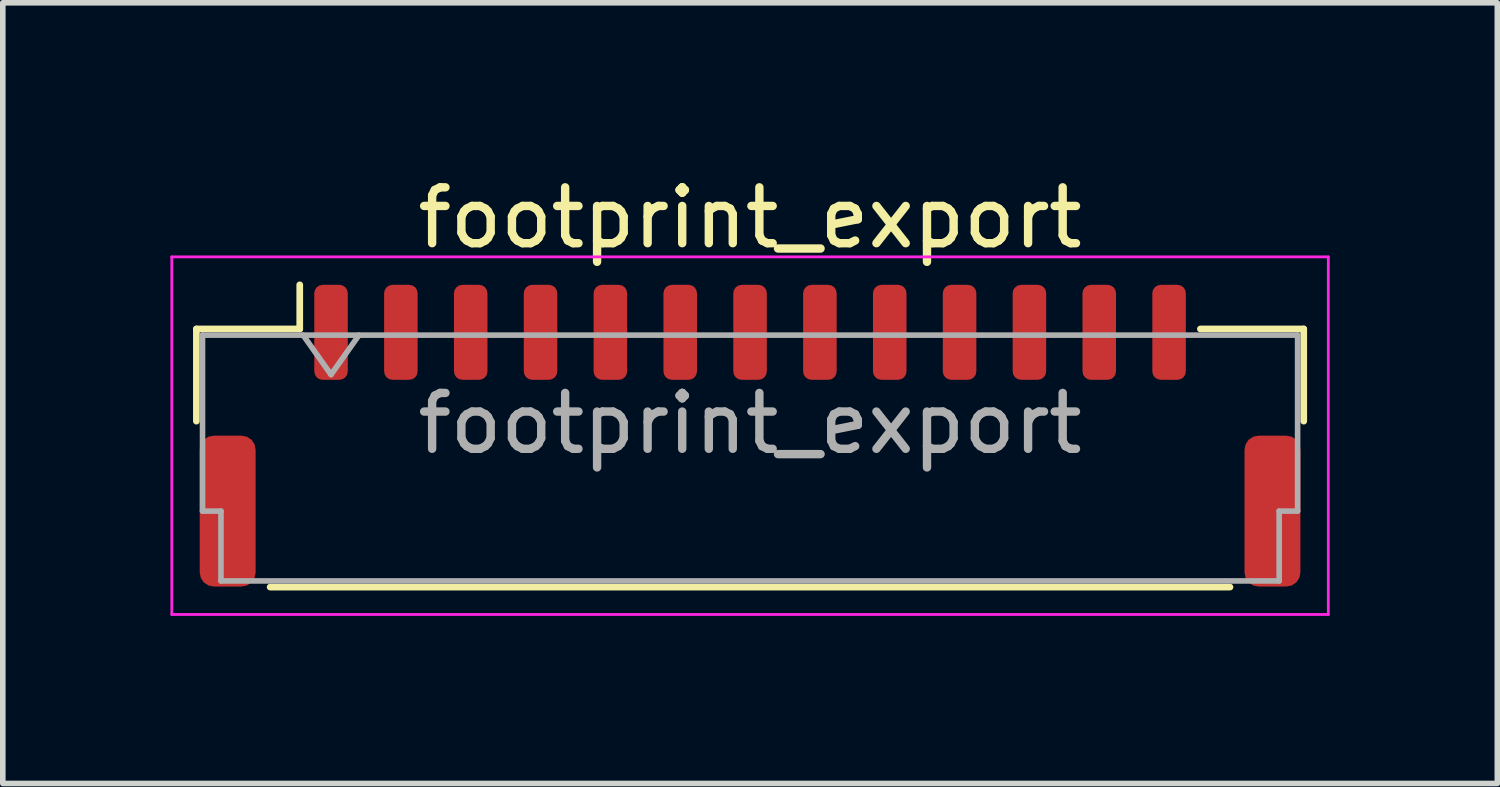
<source format=kicad_pcb>
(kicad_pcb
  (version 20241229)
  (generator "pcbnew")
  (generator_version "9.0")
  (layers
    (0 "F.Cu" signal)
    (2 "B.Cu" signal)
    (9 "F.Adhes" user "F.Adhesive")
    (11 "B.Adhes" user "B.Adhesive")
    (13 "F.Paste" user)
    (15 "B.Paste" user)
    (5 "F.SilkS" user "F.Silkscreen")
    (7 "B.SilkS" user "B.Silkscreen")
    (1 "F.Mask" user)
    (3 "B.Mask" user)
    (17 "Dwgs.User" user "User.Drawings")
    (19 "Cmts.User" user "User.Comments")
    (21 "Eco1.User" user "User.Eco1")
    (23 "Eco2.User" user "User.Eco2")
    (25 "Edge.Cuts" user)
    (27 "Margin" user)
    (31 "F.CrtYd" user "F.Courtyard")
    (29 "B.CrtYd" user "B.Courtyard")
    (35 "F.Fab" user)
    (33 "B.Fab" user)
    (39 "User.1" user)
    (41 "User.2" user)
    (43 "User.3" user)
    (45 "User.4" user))
  (footprint "footprint_export"
    (layer "F.Cu")
    (at 10.375 4.748)
    (property "Reference" "footprint_export" (at 0 -3.9 0) (layer "F.SilkS") (effects (font (size 1 1) (thickness 0.15))))
    (attr smd)
    (fp_line (start -9.91 -1.91) (end -8.06 -1.91) (stroke (width 0.12) (type solid)) (layer "F.SilkS"))
    (fp_line (start -9.91 -0.26) (end -9.91 -1.91) (stroke (width 0.12) (type solid)) (layer "F.SilkS"))
    (fp_line (start -8.59 2.71) (end 8.59 2.71) (stroke (width 0.12) (type solid)) (layer "F.SilkS"))
    (fp_line (start -8.06 -1.91) (end -8.06 -2.7) (stroke (width 0.12) (type solid)) (layer "F.SilkS"))
    (fp_line (start 9.91 -1.91) (end 8.06 -1.91) (stroke (width 0.12) (type solid)) (layer "F.SilkS"))
    (fp_line (start 9.91 -0.26) (end 9.91 -1.91) (stroke (width 0.12) (type solid)) (layer "F.SilkS"))
    (fp_line (start -10.35 -3.2) (end -10.35 3.2) (stroke (width 0.05) (type solid)) (layer "F.CrtYd"))
    (fp_line (start -10.35 3.2) (end 10.35 3.2) (stroke (width 0.05) (type solid)) (layer "F.CrtYd"))
    (fp_line (start 10.35 -3.2) (end -10.35 -3.2) (stroke (width 0.05) (type solid)) (layer "F.CrtYd"))
    (fp_line (start 10.35 3.2) (end 10.35 -3.2) (stroke (width 0.05) (type solid)) (layer "F.CrtYd"))
    (fp_line (start -9.8 -1.8) (end -9.8 1.35) (stroke (width 0.1) (type solid)) (layer "F.Fab"))
    (fp_line (start -9.8 -1.8) (end 9.8 -1.8) (stroke (width 0.1) (type solid)) (layer "F.Fab"))
    (fp_line (start -9.8 1.35) (end -9.47 1.35) (stroke (width 0.1) (type solid)) (layer "F.Fab"))
    (fp_line (start -9.47 1.35) (end -9.47 2.6) (stroke (width 0.1) (type solid)) (layer "F.Fab"))
    (fp_line (start -9.47 2.6) (end 9.47 2.6) (stroke (width 0.1) (type solid)) (layer "F.Fab"))
    (fp_line (start -8 -1.8) (end -7.5 -1.093) (stroke (width 0.1) (type solid)) (layer "F.Fab"))
    (fp_line (start -7.5 -1.093) (end -7 -1.8) (stroke (width 0.1) (type solid)) (layer "F.Fab"))
    (fp_line (start 9.47 1.35) (end 9.8 1.35) (stroke (width 0.1) (type solid)) (layer "F.Fab"))
    (fp_line (start 9.47 2.6) (end 9.47 1.35) (stroke (width 0.1) (type solid)) (layer "F.Fab"))
    (fp_line (start 9.8 -1.8) (end 9.8 1.35) (stroke (width 0.1) (type solid)) (layer "F.Fab"))
    (fp_text user "${REFERENCE}" (at 0 -0.22 0) (layer "F.Fab") (effects (font (size 1 1) (thickness 0.15))))
    (pad "1" smd roundrect (at -7.5 -1.85) (size 0.6 1.7) (layers "F.Cu" "F.Mask" "F.Paste") (roundrect_rratio 0.25))
    (pad "2" smd roundrect (at -6.25 -1.85) (size 0.6 1.7) (layers "F.Cu" "F.Mask" "F.Paste") (roundrect_rratio 0.25))
    (pad "3" smd roundrect (at -5 -1.85) (size 0.6 1.7) (layers "F.Cu" "F.Mask" "F.Paste") (roundrect_rratio 0.25))
    (pad "4" smd roundrect (at -3.75 -1.85) (size 0.6 1.7) (layers "F.Cu" "F.Mask" "F.Paste") (roundrect_rratio 0.25))
    (pad "5" smd roundrect (at -2.5 -1.85) (size 0.6 1.7) (layers "F.Cu" "F.Mask" "F.Paste") (roundrect_rratio 0.25))
    (pad "6" smd roundrect (at -1.25 -1.85) (size 0.6 1.7) (layers "F.Cu" "F.Mask" "F.Paste") (roundrect_rratio 0.25))
    (pad "7" smd roundrect (at 0 -1.85) (size 0.6 1.7) (layers "F.Cu" "F.Mask" "F.Paste") (roundrect_rratio 0.25))
    (pad "8" smd roundrect (at 1.25 -1.85) (size 0.6 1.7) (layers "F.Cu" "F.Mask" "F.Paste") (roundrect_rratio 0.25))
    (pad "9" smd roundrect (at 2.5 -1.85) (size 0.6 1.7) (layers "F.Cu" "F.Mask" "F.Paste") (roundrect_rratio 0.25))
    (pad "10" smd roundrect (at 3.75 -1.85) (size 0.6 1.7) (layers "F.Cu" "F.Mask" "F.Paste") (roundrect_rratio 0.25))
    (pad "11" smd roundrect (at 5 -1.85) (size 0.6 1.7) (layers "F.Cu" "F.Mask" "F.Paste") (roundrect_rratio 0.25))
    (pad "12" smd roundrect (at 6.25 -1.85) (size 0.6 1.7) (layers "F.Cu" "F.Mask" "F.Paste") (roundrect_rratio 0.25))
    (pad "13" smd roundrect (at 7.5 -1.85) (size 0.6 1.7) (layers "F.Cu" "F.Mask" "F.Paste") (roundrect_rratio 0.25))
    (pad "MP" smd roundrect (at -9.35 1.35) (size 1 2.7) (layers "F.Cu" "F.Mask" "F.Paste") (roundrect_rratio 0.25))
    (pad "MP" smd roundrect (at 9.35 1.35) (size 1 2.7) (layers "F.Cu" "F.Mask" "F.Paste") (roundrect_rratio 0.25)))
  (gr_rect
    (start -3 -3)
    (end 23.75 10.973)
    (stroke (width 0.1) (type default))
    (fill no)
    (layer "Edge.Cuts")))
</source>
